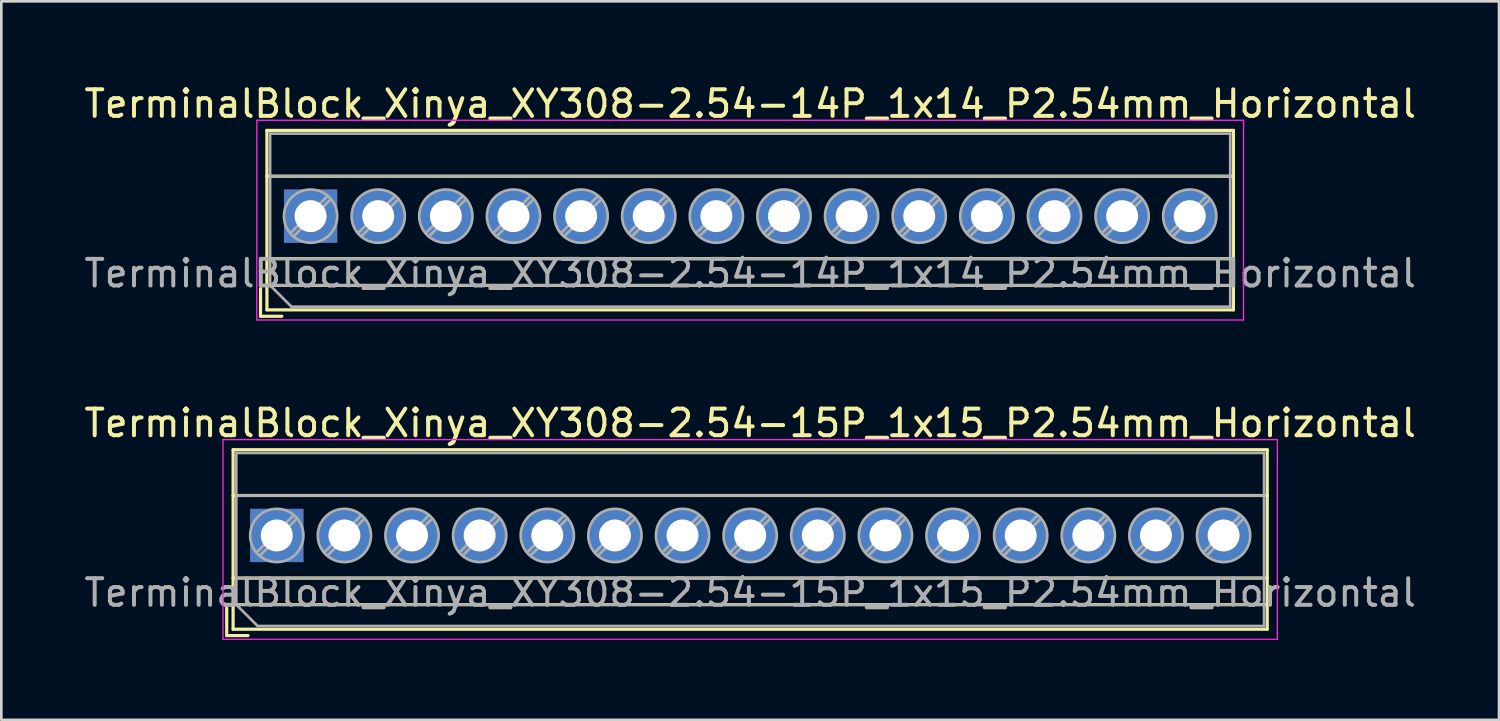
<source format=kicad_pcb>
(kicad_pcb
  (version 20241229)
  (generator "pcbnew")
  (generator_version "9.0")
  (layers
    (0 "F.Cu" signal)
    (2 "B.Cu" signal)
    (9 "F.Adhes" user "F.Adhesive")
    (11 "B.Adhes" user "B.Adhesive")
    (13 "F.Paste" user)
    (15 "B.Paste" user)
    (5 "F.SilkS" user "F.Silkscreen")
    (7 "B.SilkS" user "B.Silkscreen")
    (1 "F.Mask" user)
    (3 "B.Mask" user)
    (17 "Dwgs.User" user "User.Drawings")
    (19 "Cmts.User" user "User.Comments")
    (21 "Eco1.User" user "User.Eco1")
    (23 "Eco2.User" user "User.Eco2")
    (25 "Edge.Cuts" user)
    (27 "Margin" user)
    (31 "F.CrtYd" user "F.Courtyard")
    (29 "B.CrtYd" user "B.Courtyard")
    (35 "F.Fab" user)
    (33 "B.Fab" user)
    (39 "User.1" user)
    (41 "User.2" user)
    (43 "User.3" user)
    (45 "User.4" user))
  (footprint "TerminalBlock_Xinya_XY308-2.54-14P_1x14_P2.54mm_Horizontal"
    (layer "F.Cu")
    (at 8.615 5.068)
    (property "Reference" "TerminalBlock_Xinya_XY308-2.54-14P_1x14_P2.54mm_Horizontal" (at 16.51 -4.22 0) (layer "F.SilkS") (effects (font (size 1 1) (thickness 0.15))))
    (attr through_hole)
    (fp_line (start -1.88 2.72) (end -1.88 3.76) (stroke (width 0.12) (type solid)) (layer "F.SilkS"))
    (fp_line (start -1.88 3.76) (end -1.08 3.76) (stroke (width 0.12) (type solid)) (layer "F.SilkS"))
    (fp_line (start -1.64 -3.22) (end -1.64 3.52) (stroke (width 0.12) (type solid)) (layer "F.SilkS"))
    (fp_line (start -1.64 -3.22) (end 34.66 -3.22) (stroke (width 0.12) (type solid)) (layer "F.SilkS"))
    (fp_line (start -1.64 -1.501) (end 34.66 -1.501) (stroke (width 0.12) (type solid)) (layer "F.SilkS"))
    (fp_line (start -1.64 1.6) (end 34.66 1.6) (stroke (width 0.12) (type solid)) (layer "F.SilkS"))
    (fp_line (start -1.64 2.6) (end 34.66 2.6) (stroke (width 0.12) (type solid)) (layer "F.SilkS"))
    (fp_line (start -1.64 3.52) (end 34.66 3.52) (stroke (width 0.12) (type solid)) (layer "F.SilkS"))
    (fp_line (start 34.66 -3.22) (end 34.66 3.52) (stroke (width 0.12) (type solid)) (layer "F.SilkS"))
    (fp_line (start -2.02 -3.6) (end -2.02 3.9) (stroke (width 0.05) (type solid)) (layer "F.CrtYd"))
    (fp_line (start -2.02 3.9) (end 35.04 3.9) (stroke (width 0.05) (type solid)) (layer "F.CrtYd"))
    (fp_line (start 35.04 -3.6) (end -2.02 -3.6) (stroke (width 0.05) (type solid)) (layer "F.CrtYd"))
    (fp_line (start 35.04 3.9) (end 35.04 -3.6) (stroke (width 0.05) (type solid)) (layer "F.CrtYd"))
    (fp_line (start -1.52 -3.1) (end 34.54 -3.1) (stroke (width 0.1) (type solid)) (layer "F.Fab"))
    (fp_line (start -1.52 -1.5) (end 34.54 -1.5) (stroke (width 0.1) (type solid)) (layer "F.Fab"))
    (fp_line (start -1.52 1.6) (end 34.54 1.6) (stroke (width 0.1) (type solid)) (layer "F.Fab"))
    (fp_line (start -1.52 2.6) (end -1.52 -3.1) (stroke (width 0.1) (type solid)) (layer "F.Fab"))
    (fp_line (start -1.52 2.6) (end 34.54 2.6) (stroke (width 0.1) (type solid)) (layer "F.Fab"))
    (fp_line (start -0.72 3.4) (end -1.52 2.6) (stroke (width 0.1) (type solid)) (layer "F.Fab"))
    (fp_line (start 0.637 -0.759) (end -0.759 0.637) (stroke (width 0.1) (type solid)) (layer "F.Fab"))
    (fp_line (start 0.759 -0.637) (end -0.637 0.759) (stroke (width 0.1) (type solid)) (layer "F.Fab"))
    (fp_line (start 3.177 -0.759) (end 1.782 0.637) (stroke (width 0.1) (type solid)) (layer "F.Fab"))
    (fp_line (start 3.299 -0.637) (end 1.904 0.759) (stroke (width 0.1) (type solid)) (layer "F.Fab"))
    (fp_line (start 5.717 -0.759) (end 4.322 0.637) (stroke (width 0.1) (type solid)) (layer "F.Fab"))
    (fp_line (start 5.839 -0.637) (end 4.444 0.759) (stroke (width 0.1) (type solid)) (layer "F.Fab"))
    (fp_line (start 8.257 -0.759) (end 6.862 0.637) (stroke (width 0.1) (type solid)) (layer "F.Fab"))
    (fp_line (start 8.379 -0.637) (end 6.984 0.759) (stroke (width 0.1) (type solid)) (layer "F.Fab"))
    (fp_line (start 10.797 -0.759) (end 9.402 0.637) (stroke (width 0.1) (type solid)) (layer "F.Fab"))
    (fp_line (start 10.919 -0.637) (end 9.524 0.759) (stroke (width 0.1) (type solid)) (layer "F.Fab"))
    (fp_line (start 13.337 -0.759) (end 11.942 0.637) (stroke (width 0.1) (type solid)) (layer "F.Fab"))
    (fp_line (start 13.459 -0.637) (end 12.064 0.759) (stroke (width 0.1) (type solid)) (layer "F.Fab"))
    (fp_line (start 15.877 -0.759) (end 14.482 0.637) (stroke (width 0.1) (type solid)) (layer "F.Fab"))
    (fp_line (start 15.999 -0.637) (end 14.604 0.759) (stroke (width 0.1) (type solid)) (layer "F.Fab"))
    (fp_line (start 18.417 -0.759) (end 17.022 0.637) (stroke (width 0.1) (type solid)) (layer "F.Fab"))
    (fp_line (start 18.539 -0.637) (end 17.144 0.759) (stroke (width 0.1) (type solid)) (layer "F.Fab"))
    (fp_line (start 20.957 -0.759) (end 19.562 0.637) (stroke (width 0.1) (type solid)) (layer "F.Fab"))
    (fp_line (start 21.079 -0.637) (end 19.684 0.759) (stroke (width 0.1) (type solid)) (layer "F.Fab"))
    (fp_line (start 23.497 -0.759) (end 22.102 0.637) (stroke (width 0.1) (type solid)) (layer "F.Fab"))
    (fp_line (start 23.619 -0.637) (end 22.224 0.759) (stroke (width 0.1) (type solid)) (layer "F.Fab"))
    (fp_line (start 26.037 -0.759) (end 24.642 0.637) (stroke (width 0.1) (type solid)) (layer "F.Fab"))
    (fp_line (start 26.159 -0.637) (end 24.764 0.759) (stroke (width 0.1) (type solid)) (layer "F.Fab"))
    (fp_line (start 28.577 -0.759) (end 27.182 0.637) (stroke (width 0.1) (type solid)) (layer "F.Fab"))
    (fp_line (start 28.699 -0.637) (end 27.304 0.759) (stroke (width 0.1) (type solid)) (layer "F.Fab"))
    (fp_line (start 31.117 -0.759) (end 29.722 0.637) (stroke (width 0.1) (type solid)) (layer "F.Fab"))
    (fp_line (start 31.239 -0.637) (end 29.844 0.759) (stroke (width 0.1) (type solid)) (layer "F.Fab"))
    (fp_line (start 33.657 -0.759) (end 32.262 0.637) (stroke (width 0.1) (type solid)) (layer "F.Fab"))
    (fp_line (start 33.779 -0.637) (end 32.384 0.759) (stroke (width 0.1) (type solid)) (layer "F.Fab"))
    (fp_line (start 34.54 -3.1) (end 34.54 3.4) (stroke (width 0.1) (type solid)) (layer "F.Fab"))
    (fp_line (start 34.54 3.4) (end -0.72 3.4) (stroke (width 0.1) (type solid)) (layer "F.Fab"))
    (fp_circle (center 0 0) (end 1 0) (stroke (width 0.1) (type solid)) (fill no) (layer "F.Fab"))
    (fp_circle (center 2.54 0) (end 3.54 0) (stroke (width 0.1) (type solid)) (fill no) (layer "F.Fab"))
    (fp_circle (center 5.08 0) (end 6.08 0) (stroke (width 0.1) (type solid)) (fill no) (layer "F.Fab"))
    (fp_circle (center 7.62 0) (end 8.62 0) (stroke (width 0.1) (type solid)) (fill no) (layer "F.Fab"))
    (fp_circle (center 10.16 0) (end 11.16 0) (stroke (width 0.1) (type solid)) (fill no) (layer "F.Fab"))
    (fp_circle (center 12.7 0) (end 13.7 0) (stroke (width 0.1) (type solid)) (fill no) (layer "F.Fab"))
    (fp_circle (center 15.24 0) (end 16.24 0) (stroke (width 0.1) (type solid)) (fill no) (layer "F.Fab"))
    (fp_circle (center 17.78 0) (end 18.78 0) (stroke (width 0.1) (type solid)) (fill no) (layer "F.Fab"))
    (fp_circle (center 20.32 0) (end 21.32 0) (stroke (width 0.1) (type solid)) (fill no) (layer "F.Fab"))
    (fp_circle (center 22.86 0) (end 23.86 0) (stroke (width 0.1) (type solid)) (fill no) (layer "F.Fab"))
    (fp_circle (center 25.4 0) (end 26.4 0) (stroke (width 0.1) (type solid)) (fill no) (layer "F.Fab"))
    (fp_circle (center 27.94 0) (end 28.94 0) (stroke (width 0.1) (type solid)) (fill no) (layer "F.Fab"))
    (fp_circle (center 30.48 0) (end 31.48 0) (stroke (width 0.1) (type solid)) (fill no) (layer "F.Fab"))
    (fp_circle (center 33.02 0) (end 34.02 0) (stroke (width 0.1) (type solid)) (fill no) (layer "F.Fab"))
    (fp_text user "${REFERENCE}" (at 16.51 2.15 0) (layer "F.Fab") (effects (font (size 1 1) (thickness 0.15))))
    (pad "1" thru_hole rect (at 0 0) (size 2 2) (drill 1.2) (layers "*.Cu" "*.Mask"))
    (pad "2" thru_hole circle (at 2.54 0) (size 2 2) (drill 1.2) (layers "*.Cu" "*.Mask"))
    (pad "3" thru_hole circle (at 5.08 0) (size 2 2) (drill 1.2) (layers "*.Cu" "*.Mask"))
    (pad "4" thru_hole circle (at 7.62 0) (size 2 2) (drill 1.2) (layers "*.Cu" "*.Mask"))
    (pad "5" thru_hole circle (at 10.16 0) (size 2 2) (drill 1.2) (layers "*.Cu" "*.Mask"))
    (pad "6" thru_hole circle (at 12.7 0) (size 2 2) (drill 1.2) (layers "*.Cu" "*.Mask"))
    (pad "7" thru_hole circle (at 15.24 0) (size 2 2) (drill 1.2) (layers "*.Cu" "*.Mask"))
    (pad "8" thru_hole circle (at 17.78 0) (size 2 2) (drill 1.2) (layers "*.Cu" "*.Mask"))
    (pad "9" thru_hole circle (at 20.32 0) (size 2 2) (drill 1.2) (layers "*.Cu" "*.Mask"))
    (pad "10" thru_hole circle (at 22.86 0) (size 2 2) (drill 1.2) (layers "*.Cu" "*.Mask"))
    (pad "11" thru_hole circle (at 25.4 0) (size 2 2) (drill 1.2) (layers "*.Cu" "*.Mask"))
    (pad "12" thru_hole circle (at 27.94 0) (size 2 2) (drill 1.2) (layers "*.Cu" "*.Mask"))
    (pad "13" thru_hole circle (at 30.48 0) (size 2 2) (drill 1.2) (layers "*.Cu" "*.Mask"))
    (pad "14" thru_hole circle (at 33.02 0) (size 2 2) (drill 1.2) (layers "*.Cu" "*.Mask")))
  (footprint "TerminalBlock_Xinya_XY308-2.54-15P_1x15_P2.54mm_Horizontal"
    (layer "F.Cu")
    (at 7.345 17.061)
    (property "Reference" "TerminalBlock_Xinya_XY308-2.54-15P_1x15_P2.54mm_Horizontal" (at 17.78 -4.22 0) (layer "F.SilkS") (effects (font (size 1 1) (thickness 0.15))))
    (attr through_hole)
    (fp_line (start -1.88 2.72) (end -1.88 3.76) (stroke (width 0.12) (type solid)) (layer "F.SilkS"))
    (fp_line (start -1.88 3.76) (end -1.08 3.76) (stroke (width 0.12) (type solid)) (layer "F.SilkS"))
    (fp_line (start -1.64 -3.22) (end -1.64 3.52) (stroke (width 0.12) (type solid)) (layer "F.SilkS"))
    (fp_line (start -1.64 -3.22) (end 37.2 -3.22) (stroke (width 0.12) (type solid)) (layer "F.SilkS"))
    (fp_line (start -1.64 -1.501) (end 37.2 -1.501) (stroke (width 0.12) (type solid)) (layer "F.SilkS"))
    (fp_line (start -1.64 1.6) (end 37.2 1.6) (stroke (width 0.12) (type solid)) (layer "F.SilkS"))
    (fp_line (start -1.64 2.6) (end 37.2 2.6) (stroke (width 0.12) (type solid)) (layer "F.SilkS"))
    (fp_line (start -1.64 3.52) (end 37.2 3.52) (stroke (width 0.12) (type solid)) (layer "F.SilkS"))
    (fp_line (start 37.2 -3.22) (end 37.2 3.52) (stroke (width 0.12) (type solid)) (layer "F.SilkS"))
    (fp_line (start -2.02 -3.6) (end -2.02 3.9) (stroke (width 0.05) (type solid)) (layer "F.CrtYd"))
    (fp_line (start -2.02 3.9) (end 37.58 3.9) (stroke (width 0.05) (type solid)) (layer "F.CrtYd"))
    (fp_line (start 37.58 -3.6) (end -2.02 -3.6) (stroke (width 0.05) (type solid)) (layer "F.CrtYd"))
    (fp_line (start 37.58 3.9) (end 37.58 -3.6) (stroke (width 0.05) (type solid)) (layer "F.CrtYd"))
    (fp_line (start -1.52 -3.1) (end 37.08 -3.1) (stroke (width 0.1) (type solid)) (layer "F.Fab"))
    (fp_line (start -1.52 -1.5) (end 37.08 -1.5) (stroke (width 0.1) (type solid)) (layer "F.Fab"))
    (fp_line (start -1.52 1.6) (end 37.08 1.6) (stroke (width 0.1) (type solid)) (layer "F.Fab"))
    (fp_line (start -1.52 2.6) (end -1.52 -3.1) (stroke (width 0.1) (type solid)) (layer "F.Fab"))
    (fp_line (start -1.52 2.6) (end 37.08 2.6) (stroke (width 0.1) (type solid)) (layer "F.Fab"))
    (fp_line (start -0.72 3.4) (end -1.52 2.6) (stroke (width 0.1) (type solid)) (layer "F.Fab"))
    (fp_line (start 0.637 -0.759) (end -0.759 0.637) (stroke (width 0.1) (type solid)) (layer "F.Fab"))
    (fp_line (start 0.759 -0.637) (end -0.637 0.759) (stroke (width 0.1) (type solid)) (layer "F.Fab"))
    (fp_line (start 3.177 -0.759) (end 1.782 0.637) (stroke (width 0.1) (type solid)) (layer "F.Fab"))
    (fp_line (start 3.299 -0.637) (end 1.904 0.759) (stroke (width 0.1) (type solid)) (layer "F.Fab"))
    (fp_line (start 5.717 -0.759) (end 4.322 0.637) (stroke (width 0.1) (type solid)) (layer "F.Fab"))
    (fp_line (start 5.839 -0.637) (end 4.444 0.759) (stroke (width 0.1) (type solid)) (layer "F.Fab"))
    (fp_line (start 8.257 -0.759) (end 6.862 0.637) (stroke (width 0.1) (type solid)) (layer "F.Fab"))
    (fp_line (start 8.379 -0.637) (end 6.984 0.759) (stroke (width 0.1) (type solid)) (layer "F.Fab"))
    (fp_line (start 10.797 -0.759) (end 9.402 0.637) (stroke (width 0.1) (type solid)) (layer "F.Fab"))
    (fp_line (start 10.919 -0.637) (end 9.524 0.759) (stroke (width 0.1) (type solid)) (layer "F.Fab"))
    (fp_line (start 13.337 -0.759) (end 11.942 0.637) (stroke (width 0.1) (type solid)) (layer "F.Fab"))
    (fp_line (start 13.459 -0.637) (end 12.064 0.759) (stroke (width 0.1) (type solid)) (layer "F.Fab"))
    (fp_line (start 15.877 -0.759) (end 14.482 0.637) (stroke (width 0.1) (type solid)) (layer "F.Fab"))
    (fp_line (start 15.999 -0.637) (end 14.604 0.759) (stroke (width 0.1) (type solid)) (layer "F.Fab"))
    (fp_line (start 18.417 -0.759) (end 17.022 0.637) (stroke (width 0.1) (type solid)) (layer "F.Fab"))
    (fp_line (start 18.539 -0.637) (end 17.144 0.759) (stroke (width 0.1) (type solid)) (layer "F.Fab"))
    (fp_line (start 20.957 -0.759) (end 19.562 0.637) (stroke (width 0.1) (type solid)) (layer "F.Fab"))
    (fp_line (start 21.079 -0.637) (end 19.684 0.759) (stroke (width 0.1) (type solid)) (layer "F.Fab"))
    (fp_line (start 23.497 -0.759) (end 22.102 0.637) (stroke (width 0.1) (type solid)) (layer "F.Fab"))
    (fp_line (start 23.619 -0.637) (end 22.224 0.759) (stroke (width 0.1) (type solid)) (layer "F.Fab"))
    (fp_line (start 26.037 -0.759) (end 24.642 0.637) (stroke (width 0.1) (type solid)) (layer "F.Fab"))
    (fp_line (start 26.159 -0.637) (end 24.764 0.759) (stroke (width 0.1) (type solid)) (layer "F.Fab"))
    (fp_line (start 28.577 -0.759) (end 27.182 0.637) (stroke (width 0.1) (type solid)) (layer "F.Fab"))
    (fp_line (start 28.699 -0.637) (end 27.304 0.759) (stroke (width 0.1) (type solid)) (layer "F.Fab"))
    (fp_line (start 31.117 -0.759) (end 29.722 0.637) (stroke (width 0.1) (type solid)) (layer "F.Fab"))
    (fp_line (start 31.239 -0.637) (end 29.844 0.759) (stroke (width 0.1) (type solid)) (layer "F.Fab"))
    (fp_line (start 33.657 -0.759) (end 32.262 0.637) (stroke (width 0.1) (type solid)) (layer "F.Fab"))
    (fp_line (start 33.779 -0.637) (end 32.384 0.759) (stroke (width 0.1) (type solid)) (layer "F.Fab"))
    (fp_line (start 36.197 -0.759) (end 34.802 0.637) (stroke (width 0.1) (type solid)) (layer "F.Fab"))
    (fp_line (start 36.319 -0.637) (end 34.924 0.759) (stroke (width 0.1) (type solid)) (layer "F.Fab"))
    (fp_line (start 37.08 -3.1) (end 37.08 3.4) (stroke (width 0.1) (type solid)) (layer "F.Fab"))
    (fp_line (start 37.08 3.4) (end -0.72 3.4) (stroke (width 0.1) (type solid)) (layer "F.Fab"))
    (fp_circle (center 0 0) (end 1 0) (stroke (width 0.1) (type solid)) (fill no) (layer "F.Fab"))
    (fp_circle (center 2.54 0) (end 3.54 0) (stroke (width 0.1) (type solid)) (fill no) (layer "F.Fab"))
    (fp_circle (center 5.08 0) (end 6.08 0) (stroke (width 0.1) (type solid)) (fill no) (layer "F.Fab"))
    (fp_circle (center 7.62 0) (end 8.62 0) (stroke (width 0.1) (type solid)) (fill no) (layer "F.Fab"))
    (fp_circle (center 10.16 0) (end 11.16 0) (stroke (width 0.1) (type solid)) (fill no) (layer "F.Fab"))
    (fp_circle (center 12.7 0) (end 13.7 0) (stroke (width 0.1) (type solid)) (fill no) (layer "F.Fab"))
    (fp_circle (center 15.24 0) (end 16.24 0) (stroke (width 0.1) (type solid)) (fill no) (layer "F.Fab"))
    (fp_circle (center 17.78 0) (end 18.78 0) (stroke (width 0.1) (type solid)) (fill no) (layer "F.Fab"))
    (fp_circle (center 20.32 0) (end 21.32 0) (stroke (width 0.1) (type solid)) (fill no) (layer "F.Fab"))
    (fp_circle (center 22.86 0) (end 23.86 0) (stroke (width 0.1) (type solid)) (fill no) (layer "F.Fab"))
    (fp_circle (center 25.4 0) (end 26.4 0) (stroke (width 0.1) (type solid)) (fill no) (layer "F.Fab"))
    (fp_circle (center 27.94 0) (end 28.94 0) (stroke (width 0.1) (type solid)) (fill no) (layer "F.Fab"))
    (fp_circle (center 30.48 0) (end 31.48 0) (stroke (width 0.1) (type solid)) (fill no) (layer "F.Fab"))
    (fp_circle (center 33.02 0) (end 34.02 0) (stroke (width 0.1) (type solid)) (fill no) (layer "F.Fab"))
    (fp_circle (center 35.56 0) (end 36.56 0) (stroke (width 0.1) (type solid)) (fill no) (layer "F.Fab"))
    (fp_text user "${REFERENCE}" (at 17.78 2.15 0) (layer "F.Fab") (effects (font (size 1 1) (thickness 0.15))))
    (pad "1" thru_hole rect (at 0 0) (size 2 2) (drill 1.2) (layers "*.Cu" "*.Mask"))
    (pad "2" thru_hole circle (at 2.54 0) (size 2 2) (drill 1.2) (layers "*.Cu" "*.Mask"))
    (pad "3" thru_hole circle (at 5.08 0) (size 2 2) (drill 1.2) (layers "*.Cu" "*.Mask"))
    (pad "4" thru_hole circle (at 7.62 0) (size 2 2) (drill 1.2) (layers "*.Cu" "*.Mask"))
    (pad "5" thru_hole circle (at 10.16 0) (size 2 2) (drill 1.2) (layers "*.Cu" "*.Mask"))
    (pad "6" thru_hole circle (at 12.7 0) (size 2 2) (drill 1.2) (layers "*.Cu" "*.Mask"))
    (pad "7" thru_hole circle (at 15.24 0) (size 2 2) (drill 1.2) (layers "*.Cu" "*.Mask"))
    (pad "8" thru_hole circle (at 17.78 0) (size 2 2) (drill 1.2) (layers "*.Cu" "*.Mask"))
    (pad "9" thru_hole circle (at 20.32 0) (size 2 2) (drill 1.2) (layers "*.Cu" "*.Mask"))
    (pad "10" thru_hole circle (at 22.86 0) (size 2 2) (drill 1.2) (layers "*.Cu" "*.Mask"))
    (pad "11" thru_hole circle (at 25.4 0) (size 2 2) (drill 1.2) (layers "*.Cu" "*.Mask"))
    (pad "12" thru_hole circle (at 27.94 0) (size 2 2) (drill 1.2) (layers "*.Cu" "*.Mask"))
    (pad "13" thru_hole circle (at 30.48 0) (size 2 2) (drill 1.2) (layers "*.Cu" "*.Mask"))
    (pad "14" thru_hole circle (at 33.02 0) (size 2 2) (drill 1.2) (layers "*.Cu" "*.Mask"))
    (pad "15" thru_hole circle (at 35.56 0) (size 2 2) (drill 1.2) (layers "*.Cu" "*.Mask")))
  (gr_rect
    (start -3 -3)
    (end 53.25 23.986)
    (stroke (width 0.1) (type default))
    (fill no)
    (layer "Edge.Cuts")))
</source>
